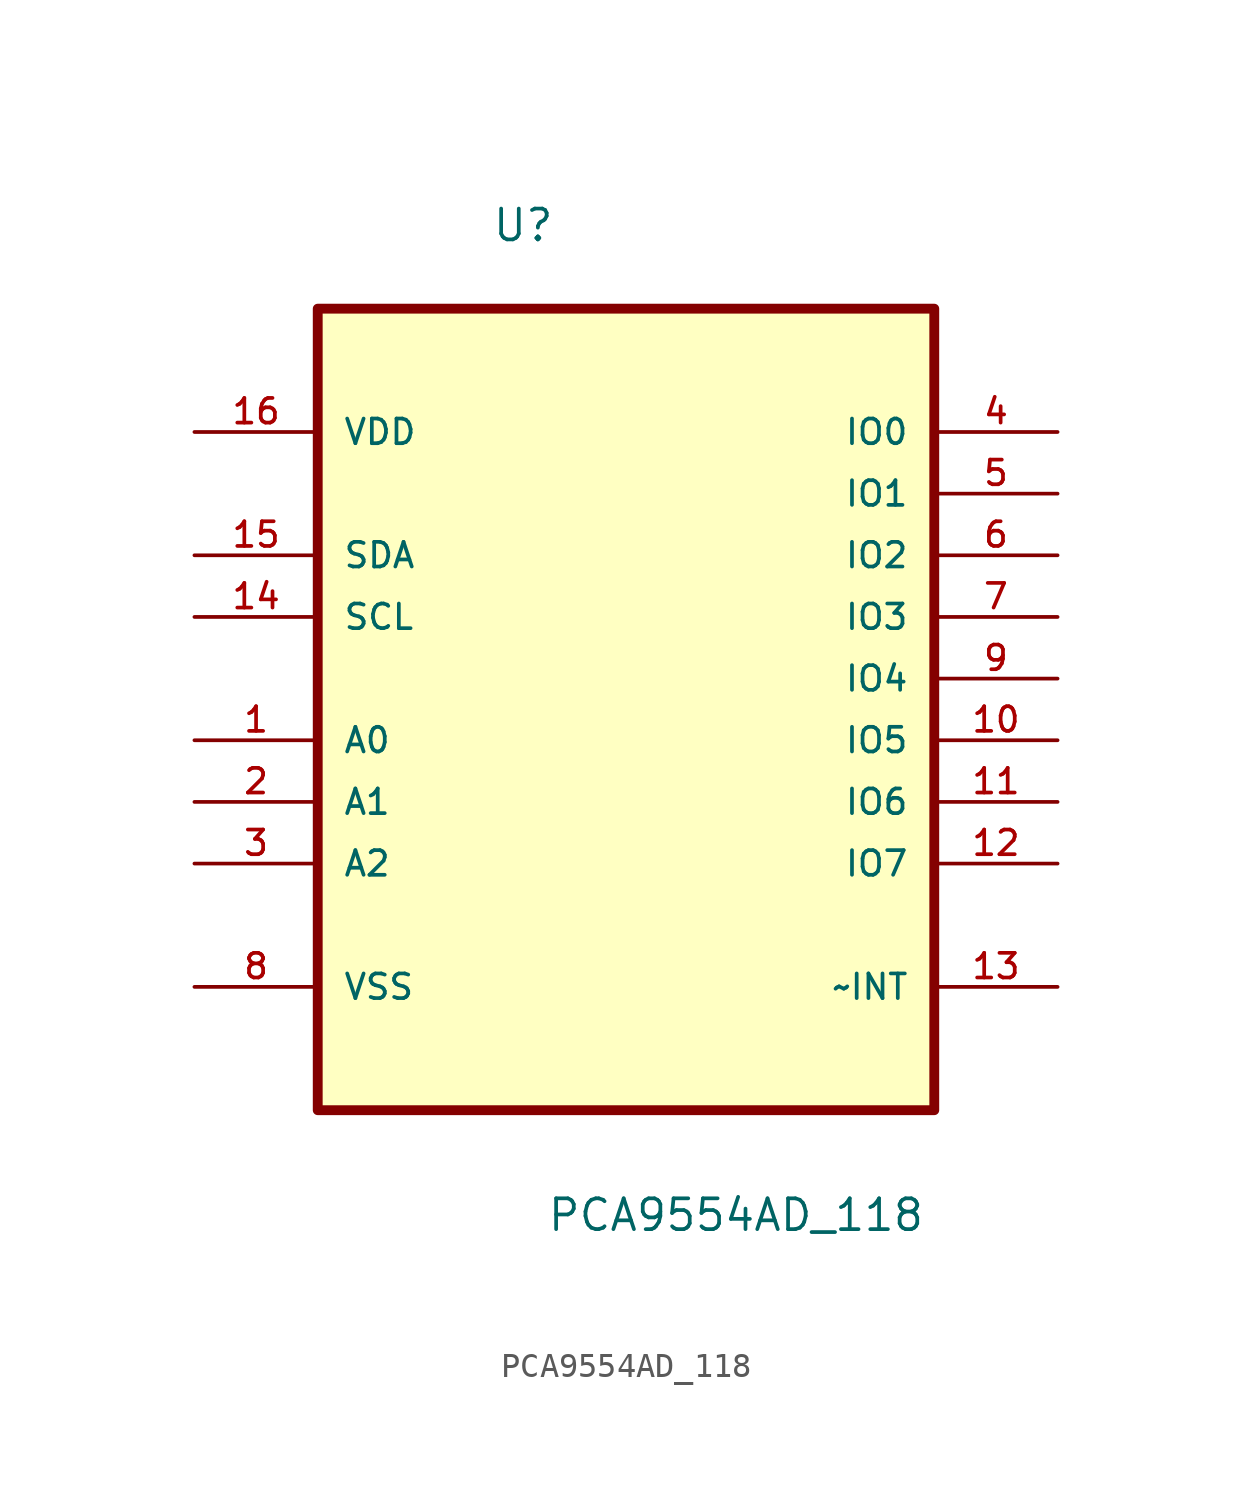
<source format=kicad_sym>
(kicad_symbol_lib
  (version 20211014)
  (generator kicad_symbol_editor)
  (symbol "PCA9554AD_118"
    (pin_names
      (offset 1.016))
    (property "Reference" "U"
      (at -5.546 15.391 0.0)
      (effects (font (size 1.27 1.27)) (justify bottom left)))
    (property "Value" "PCA9554AD_118"
      (at -3.281 -25.384 0.0)
      (effects (font (size 1.27 1.27)) (justify bottom left)))
    (symbol "PCA9554AD_118_0_0"
      (rectangle (start -12.7 -20.32) (end 12.7 12.7) (stroke (width 0.406)) (fill (type background)))
      (pin power_in line (at -17.78 7.62 0) (length 5.08) (name "VDD" (effects (font (size 1.016 1.016)))) (number "16" (effects (font (size 1.016 1.016)))))
      (pin bidirectional line (at -17.78 2.54 0) (length 5.08) (name "SDA" (effects (font (size 1.016 1.016)))) (number "15" (effects (font (size 1.016 1.016)))))
      (pin input line (at -17.78 0.0 0) (length 5.08) (name "SCL" (effects (font (size 1.016 1.016)))) (number "14" (effects (font (size 1.016 1.016)))))
      (pin input line (at -17.78 -5.08 0) (length 5.08) (name "A0" (effects (font (size 1.016 1.016)))) (number "1" (effects (font (size 1.016 1.016)))))
      (pin input line (at -17.78 -7.62 0) (length 5.08) (name "A1" (effects (font (size 1.016 1.016)))) (number "2" (effects (font (size 1.016 1.016)))))
      (pin input line (at -17.78 -10.16 0) (length 5.08) (name "A2" (effects (font (size 1.016 1.016)))) (number "3" (effects (font (size 1.016 1.016)))))
      (pin passive line (at -17.78 -15.24 0) (length 5.08) (name "VSS" (effects (font (size 1.016 1.016)))) (number "8" (effects (font (size 1.016 1.016)))))
      (pin bidirectional line (at 17.78 7.62 180.0) (length 5.08) (name "IO0" (effects (font (size 1.016 1.016)))) (number "4" (effects (font (size 1.016 1.016)))))
      (pin bidirectional line (at 17.78 5.08 180.0) (length 5.08) (name "IO1" (effects (font (size 1.016 1.016)))) (number "5" (effects (font (size 1.016 1.016)))))
      (pin bidirectional line (at 17.78 2.54 180.0) (length 5.08) (name "IO2" (effects (font (size 1.016 1.016)))) (number "6" (effects (font (size 1.016 1.016)))))
      (pin bidirectional line (at 17.78 0.0 180.0) (length 5.08) (name "IO3" (effects (font (size 1.016 1.016)))) (number "7" (effects (font (size 1.016 1.016)))))
      (pin bidirectional line (at 17.78 -2.54 180.0) (length 5.08) (name "IO4" (effects (font (size 1.016 1.016)))) (number "9" (effects (font (size 1.016 1.016)))))
      (pin bidirectional line (at 17.78 -5.08 180.0) (length 5.08) (name "IO5" (effects (font (size 1.016 1.016)))) (number "10" (effects (font (size 1.016 1.016)))))
      (pin bidirectional line (at 17.78 -7.62 180.0) (length 5.08) (name "IO6" (effects (font (size 1.016 1.016)))) (number "11" (effects (font (size 1.016 1.016)))))
      (pin bidirectional line (at 17.78 -10.16 180.0) (length 5.08) (name "IO7" (effects (font (size 1.016 1.016)))) (number "12" (effects (font (size 1.016 1.016)))))
      (pin output line (at 17.78 -15.24 180.0) (length 5.08) (name "~INT" (effects (font (size 1.016 1.016)))) (number "13" (effects (font (size 1.016 1.016))))))))
</source>
